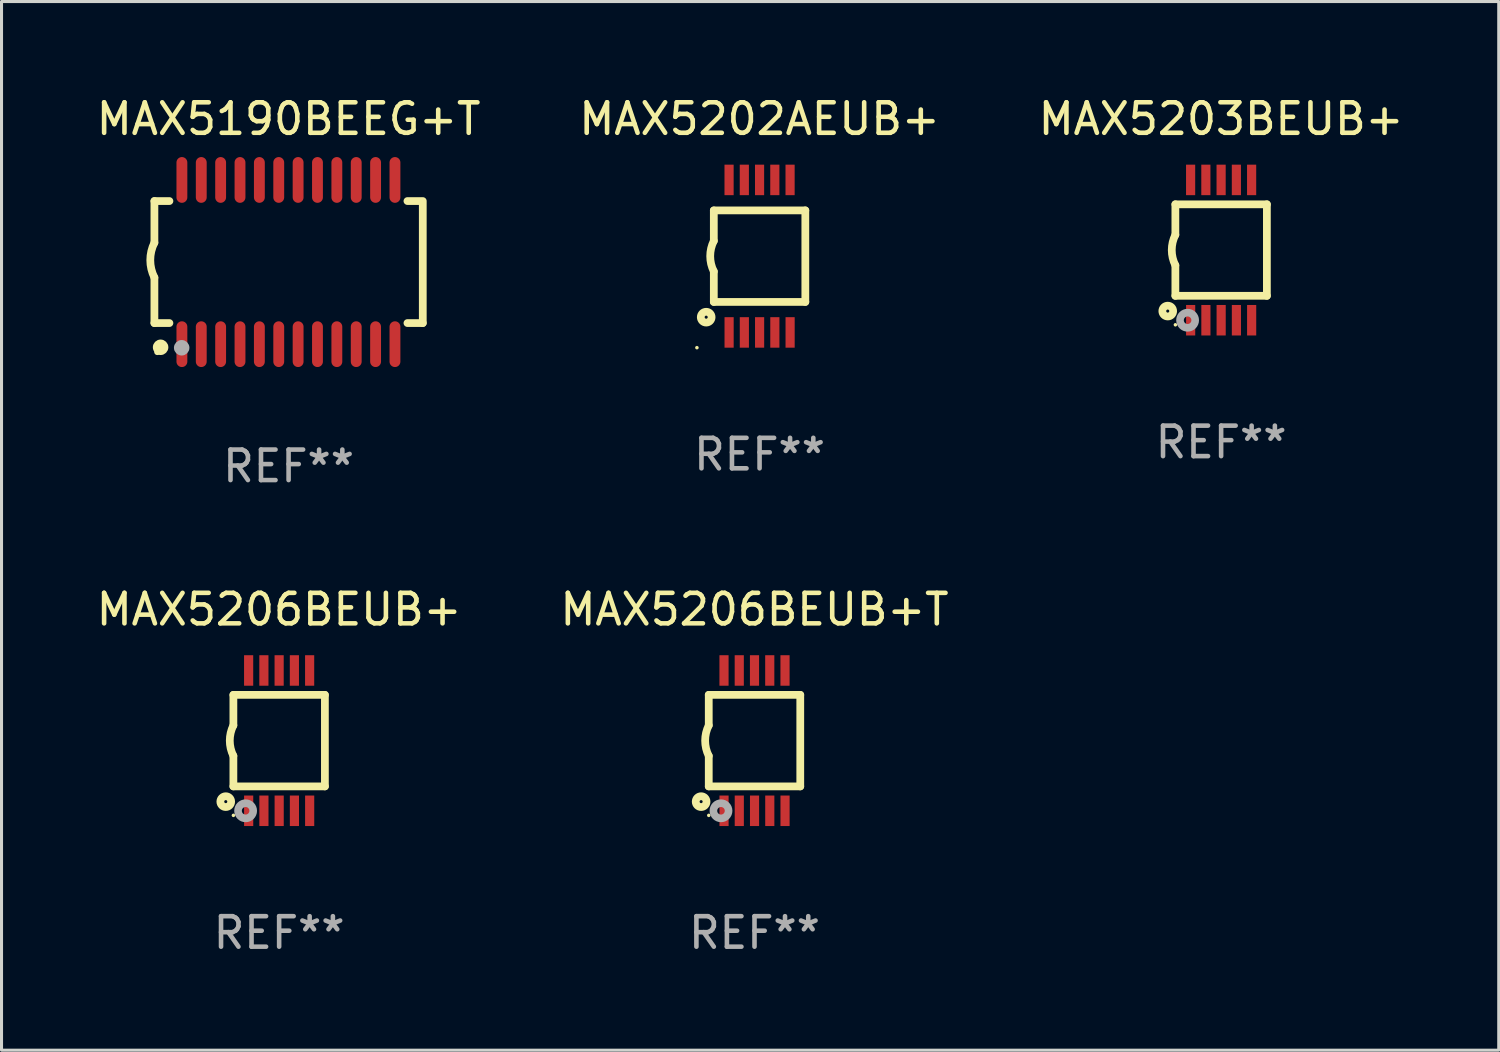
<source format=kicad_pcb>
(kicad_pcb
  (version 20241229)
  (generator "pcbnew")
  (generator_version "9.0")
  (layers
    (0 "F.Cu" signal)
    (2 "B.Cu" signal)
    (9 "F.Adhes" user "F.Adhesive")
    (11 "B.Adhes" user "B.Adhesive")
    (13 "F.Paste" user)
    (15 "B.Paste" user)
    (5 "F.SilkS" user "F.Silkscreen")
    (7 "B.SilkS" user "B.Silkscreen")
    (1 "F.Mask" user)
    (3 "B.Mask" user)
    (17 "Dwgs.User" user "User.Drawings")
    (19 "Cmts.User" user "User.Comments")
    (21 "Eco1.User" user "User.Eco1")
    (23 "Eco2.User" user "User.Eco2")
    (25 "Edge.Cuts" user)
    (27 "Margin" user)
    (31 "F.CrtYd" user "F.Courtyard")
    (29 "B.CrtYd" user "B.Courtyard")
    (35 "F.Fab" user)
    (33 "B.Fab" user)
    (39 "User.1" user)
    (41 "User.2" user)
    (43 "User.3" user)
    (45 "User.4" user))
  (footprint "MAX5206BEUB+T"
    (layer "F.Cu")
    (at 21.685 21.23)
    (property "Reference" "MAX5206BEUB+T" (at 0 -4.3 0) (layer "F.SilkS") (effects (font (size 1 1) (thickness 0.15))))
    (attr through_hole)
    (fp_line (start -1.5 -1.5) (end -1.5 -0.5) (stroke (width 0.254) (type solid)) (layer "F.SilkS"))
    (fp_line (start -1.5 1.5) (end -1.5 0.5) (stroke (width 0.254) (type solid)) (layer "F.SilkS"))
    (fp_line (start -1.5 1.5) (end 1.5 1.5) (stroke (width 0.254) (type solid)) (layer "F.SilkS"))
    (fp_line (start 1.5 1.5) (end 1.5 -1.5) (stroke (width 0.254) (type solid)) (layer "F.SilkS"))
    (fp_line (start 1.5 -1.5) (end -1.5 -1.5) (stroke (width 0.254) (type solid)) (layer "F.SilkS"))
    (fp_arc (start -1.500165 0.5) (mid -1.618199 0) (end -1.500165 -0.5) (stroke (width 0.254001) (type solid)) (layer "F.SilkS"))
    (fp_circle (center -1.75 2) (end -1.573 2) (stroke (width 0.254) (type solid)) (fill no) (layer "F.SilkS"))
    (fp_circle (center -1.499 2.45) (end -1.469 2.45) (stroke (width 0.06) (type solid)) (fill no) (layer "F.SilkS"))
    (fp_circle (center -1.099 2.3) (end -0.975 2.3) (stroke (width 0.25) (type solid)) (fill no) (layer "F.Fab"))
    (fp_text user "REF**" (at 0 6.3 0) (layer "F.Fab") (effects (font (size 1 1) (thickness 0.15))))
    (pad "1" smd rect (at -0.999 2.3 180) (size 0.3 1) (layers "F.Cu" "F.Mask" "F.Paste"))
    (pad "2" smd rect (at -0.499 2.3 180) (size 0.3 1) (layers "F.Cu" "F.Mask" "F.Paste"))
    (pad "3" smd rect (at 0.001 2.3 180) (size 0.3 1) (layers "F.Cu" "F.Mask" "F.Paste"))
    (pad "4" smd rect (at 0.501 2.3 180) (size 0.3 1) (layers "F.Cu" "F.Mask" "F.Paste"))
    (pad "5" smd rect (at 1.001 2.3 180) (size 0.3 1) (layers "F.Cu" "F.Mask" "F.Paste"))
    (pad "6" smd rect (at 1 -2.3 180) (size 0.3 1) (layers "F.Cu" "F.Mask" "F.Paste"))
    (pad "7" smd rect (at 0.5 -2.3 180) (size 0.3 1) (layers "F.Cu" "F.Mask" "F.Paste"))
    (pad "8" smd rect (at -0.000165 -2.3 180) (size 0.3 1) (layers "F.Cu" "F.Mask" "F.Paste"))
    (pad "9" smd rect (at -0.5 -2.3 180) (size 0.3 1) (layers "F.Cu" "F.Mask" "F.Paste"))
    (pad "10" smd rect (at -1 -2.3 180) (size 0.3 1) (layers "F.Cu" "F.Mask" "F.Paste")))
  (footprint "MAX5190BEEG+T"
    (layer "F.Cu")
    (at 6.411 5.541)
    (property "Reference" "MAX5190BEEG+T" (at 0 -4.692 0) (layer "F.SilkS") (effects (font (size 1 1) (thickness 0.15))))
    (attr through_hole)
    (fp_line (start -4.399 -2) (end -4.399 -0.635) (stroke (width 0.254) (type solid)) (layer "F.SilkS"))
    (fp_line (start -4.399 -2) (end -3.907 -2) (stroke (width 0.254) (type solid)) (layer "F.SilkS"))
    (fp_line (start -4.399 2) (end -4.399 0.508) (stroke (width 0.254) (type solid)) (layer "F.SilkS"))
    (fp_line (start -4.399 2) (end -3.907 2) (stroke (width 0.254) (type solid)) (layer "F.SilkS"))
    (fp_line (start 3.896 -2) (end 4.313 -2) (stroke (width 0.254) (type solid)) (layer "F.SilkS"))
    (fp_line (start 3.896 2) (end 4.399 2) (stroke (width 0.254) (type solid)) (layer "F.SilkS"))
    (fp_line (start 4.399 2) (end 4.399 -2) (stroke (width 0.254) (type solid)) (layer "F.SilkS"))
    (fp_arc (start -4.399301 0.508001) (mid -4.534214 -0.0635) (end -4.399301 -0.635001) (stroke (width 0.254001) (type solid)) (layer "F.SilkS"))
    (fp_circle (center -4.305 2.95) (end -4.255 2.95) (stroke (width 0.1) (type solid)) (fill no) (layer "F.SilkS"))
    (fp_circle (center -4.196 2.794) (end -4.069 2.794) (stroke (width 0.254) (type solid)) (fill no) (layer "F.SilkS"))
    (fp_circle (center -3.505 2.81) (end -3.378 2.81) (stroke (width 0.254) (type solid)) (fill no) (layer "F.Fab"))
    (fp_text user "REF**" (at 0 6.692 0) (layer "F.Fab") (effects (font (size 1 1) (thickness 0.15))))
    (pad "1" smd oval (at -3.498 2.692 90) (size 1.5 0.356) (layers "F.Cu" "F.Mask" "F.Paste"))
    (pad "2" smd oval (at -2.863 2.692 90) (size 1.5 0.356) (layers "F.Cu" "F.Mask" "F.Paste"))
    (pad "3" smd oval (at -2.228 2.692 90) (size 1.5 0.356) (layers "F.Cu" "F.Mask" "F.Paste"))
    (pad "4" smd oval (at -1.593 2.692 90) (size 1.5 0.356) (layers "F.Cu" "F.Mask" "F.Paste"))
    (pad "5" smd oval (at -0.958 2.692 90) (size 1.5 0.356) (layers "F.Cu" "F.Mask" "F.Paste"))
    (pad "6" smd oval (at -0.323 2.692 90) (size 1.5 0.356) (layers "F.Cu" "F.Mask" "F.Paste"))
    (pad "7" smd oval (at 0.312 2.692 90) (size 1.5 0.356) (layers "F.Cu" "F.Mask" "F.Paste"))
    (pad "8" smd oval (at 0.947 2.692 90) (size 1.5 0.356) (layers "F.Cu" "F.Mask" "F.Paste"))
    (pad "9" smd oval (at 1.582 2.692 90) (size 1.5 0.356) (layers "F.Cu" "F.Mask" "F.Paste"))
    (pad "10" smd oval (at 2.217 2.692 90) (size 1.5 0.356) (layers "F.Cu" "F.Mask" "F.Paste"))
    (pad "11" smd oval (at 2.852 2.692 90) (size 1.5 0.356) (layers "F.Cu" "F.Mask" "F.Paste"))
    (pad "12" smd oval (at 3.487 2.692 90) (size 1.5 0.356) (layers "F.Cu" "F.Mask" "F.Paste"))
    (pad "13" smd oval (at 3.487 -2.692 90) (size 1.5 0.356) (layers "F.Cu" "F.Mask" "F.Paste"))
    (pad "14" smd oval (at 2.852 -2.692 90) (size 1.5 0.356) (layers "F.Cu" "F.Mask" "F.Paste"))
    (pad "15" smd oval (at 2.217 -2.692 90) (size 1.5 0.356) (layers "F.Cu" "F.Mask" "F.Paste"))
    (pad "16" smd oval (at 1.582 -2.692 90) (size 1.5 0.356) (layers "F.Cu" "F.Mask" "F.Paste"))
    (pad "17" smd oval (at 0.947 -2.692 90) (size 1.5 0.356) (layers "F.Cu" "F.Mask" "F.Paste"))
    (pad "18" smd oval (at 0.312 -2.692 90) (size 1.5 0.356) (layers "F.Cu" "F.Mask" "F.Paste"))
    (pad "19" smd oval (at -0.323 -2.692 90) (size 1.5 0.356) (layers "F.Cu" "F.Mask" "F.Paste"))
    (pad "20" smd oval (at -0.958 -2.692 90) (size 1.5 0.356) (layers "F.Cu" "F.Mask" "F.Paste"))
    (pad "21" smd oval (at -1.593 -2.692 90) (size 1.5 0.356) (layers "F.Cu" "F.Mask" "F.Paste"))
    (pad "22" smd oval (at -2.228 -2.692 90) (size 1.5 0.356) (layers "F.Cu" "F.Mask" "F.Paste"))
    (pad "23" smd oval (at -2.863 -2.692 90) (size 1.5 0.356) (layers "F.Cu" "F.Mask" "F.Paste"))
    (pad "24" smd oval (at -3.498 -2.692 90) (size 1.5 0.356) (layers "F.Cu" "F.Mask" "F.Paste")))
  (footprint "MAX5203BEUB+"
    (layer "F.Cu")
    (at 36.982 5.148)
    (property "Reference" "MAX5203BEUB+" (at 0 -4.3 0) (layer "F.SilkS") (effects (font (size 1 1) (thickness 0.15))))
    (attr through_hole)
    (fp_line (start -1.5 -1.5) (end -1.5 -0.5) (stroke (width 0.254) (type solid)) (layer "F.SilkS"))
    (fp_line (start -1.5 1.5) (end -1.5 0.5) (stroke (width 0.254) (type solid)) (layer "F.SilkS"))
    (fp_line (start -1.5 1.5) (end 1.5 1.5) (stroke (width 0.254) (type solid)) (layer "F.SilkS"))
    (fp_line (start 1.5 1.5) (end 1.5 -1.5) (stroke (width 0.254) (type solid)) (layer "F.SilkS"))
    (fp_line (start 1.5 -1.5) (end -1.5 -1.5) (stroke (width 0.254) (type solid)) (layer "F.SilkS"))
    (fp_arc (start -1.500165 0.5) (mid -1.618199 0) (end -1.500165 -0.5) (stroke (width 0.254001) (type solid)) (layer "F.SilkS"))
    (fp_circle (center -1.75 2) (end -1.573 2) (stroke (width 0.254) (type solid)) (fill no) (layer "F.SilkS"))
    (fp_circle (center -1.499 2.45) (end -1.469 2.45) (stroke (width 0.06) (type solid)) (fill no) (layer "F.SilkS"))
    (fp_circle (center -1.099 2.3) (end -0.975 2.3) (stroke (width 0.25) (type solid)) (fill no) (layer "F.Fab"))
    (fp_text user "REF**" (at 0 6.3 0) (layer "F.Fab") (effects (font (size 1 1) (thickness 0.15))))
    (pad "1" smd rect (at -0.999 2.3 180) (size 0.3 1) (layers "F.Cu" "F.Mask" "F.Paste"))
    (pad "2" smd rect (at -0.499 2.3 180) (size 0.3 1) (layers "F.Cu" "F.Mask" "F.Paste"))
    (pad "3" smd rect (at 0.001 2.3 180) (size 0.3 1) (layers "F.Cu" "F.Mask" "F.Paste"))
    (pad "4" smd rect (at 0.501 2.3 180) (size 0.3 1) (layers "F.Cu" "F.Mask" "F.Paste"))
    (pad "5" smd rect (at 1.001 2.3 180) (size 0.3 1) (layers "F.Cu" "F.Mask" "F.Paste"))
    (pad "6" smd rect (at 1 -2.3 180) (size 0.3 1) (layers "F.Cu" "F.Mask" "F.Paste"))
    (pad "7" smd rect (at 0.5 -2.3 180) (size 0.3 1) (layers "F.Cu" "F.Mask" "F.Paste"))
    (pad "8" smd rect (at -0.000165 -2.3 180) (size 0.3 1) (layers "F.Cu" "F.Mask" "F.Paste"))
    (pad "9" smd rect (at -0.5 -2.3 180) (size 0.3 1) (layers "F.Cu" "F.Mask" "F.Paste"))
    (pad "10" smd rect (at -1 -2.3 180) (size 0.3 1) (layers "F.Cu" "F.Mask" "F.Paste")))
  (footprint "MAX5202AEUB+"
    (layer "F.Cu")
    (at 21.851 5.348)
    (property "Reference" "MAX5202AEUB+" (at 0 -4.5 0) (layer "F.SilkS") (effects (font (size 1 1) (thickness 0.15))))
    (attr through_hole)
    (fp_line (start -1.5 -1.5) (end -1.5 -0.5) (stroke (width 0.254) (type solid)) (layer "F.SilkS"))
    (fp_line (start -1.5 1.5) (end -1.5 0.5) (stroke (width 0.254) (type solid)) (layer "F.SilkS"))
    (fp_line (start -1.5 1.5) (end 1.5 1.5) (stroke (width 0.254) (type solid)) (layer "F.SilkS"))
    (fp_line (start 1.5 1.5) (end 1.5 -1.5) (stroke (width 0.254) (type solid)) (layer "F.SilkS"))
    (fp_line (start 1.5 -1.5) (end -1.5 -1.5) (stroke (width 0.254) (type solid)) (layer "F.SilkS"))
    (fp_arc (start -1.500165 0.499873) (mid -1.618199 -0.000127) (end -1.500165 -0.500127) (stroke (width 0.254001) (type solid)) (layer "F.SilkS"))
    (fp_circle (center -2.054 3) (end -2.024 3) (stroke (width 0.06) (type solid)) (fill no) (layer "F.SilkS"))
    (fp_circle (center -1.75 2) (end -1.573 2) (stroke (width 0.254) (type solid)) (fill no) (layer "F.SilkS"))
    (fp_text user "REF**" (at 0 6.5 0) (layer "F.Fab") (effects (font (size 1 1) (thickness 0.15))))
    (pad "1" smd rect (at -0.999 2.5 180) (size 0.3 1) (layers "F.Cu" "F.Mask" "F.Paste"))
    (pad "2" smd rect (at -0.499 2.5 180) (size 0.3 1) (layers "F.Cu" "F.Mask" "F.Paste"))
    (pad "3" smd rect (at 0.001 2.5 180) (size 0.3 1) (layers "F.Cu" "F.Mask" "F.Paste"))
    (pad "4" smd rect (at 0.501 2.5 180) (size 0.3 1) (layers "F.Cu" "F.Mask" "F.Paste"))
    (pad "5" smd rect (at 1.001 2.5 180) (size 0.3 1) (layers "F.Cu" "F.Mask" "F.Paste"))
    (pad "6" smd rect (at 1 -2.5 180) (size 0.3 1) (layers "F.Cu" "F.Mask" "F.Paste"))
    (pad "7" smd rect (at 0.5 -2.5 180) (size 0.3 1) (layers "F.Cu" "F.Mask" "F.Paste"))
    (pad "8" smd rect (at -0.000165 -2.5 180) (size 0.3 1) (layers "F.Cu" "F.Mask" "F.Paste"))
    (pad "9" smd rect (at -0.5 -2.5 180) (size 0.3 1) (layers "F.Cu" "F.Mask" "F.Paste"))
    (pad "10" smd rect (at -1 -2.5 180) (size 0.3 1) (layers "F.Cu" "F.Mask" "F.Paste")))
  (footprint "MAX5206BEUB+"
    (layer "F.Cu")
    (at 6.101 21.23)
    (property "Reference" "MAX5206BEUB+" (at 0 -4.3 0) (layer "F.SilkS") (effects (font (size 1 1) (thickness 0.15))))
    (attr through_hole)
    (fp_line (start -1.5 -1.5) (end -1.5 -0.5) (stroke (width 0.254) (type solid)) (layer "F.SilkS"))
    (fp_line (start -1.5 1.5) (end -1.5 0.5) (stroke (width 0.254) (type solid)) (layer "F.SilkS"))
    (fp_line (start -1.5 1.5) (end 1.5 1.5) (stroke (width 0.254) (type solid)) (layer "F.SilkS"))
    (fp_line (start 1.5 1.5) (end 1.5 -1.5) (stroke (width 0.254) (type solid)) (layer "F.SilkS"))
    (fp_line (start 1.5 -1.5) (end -1.5 -1.5) (stroke (width 0.254) (type solid)) (layer "F.SilkS"))
    (fp_arc (start -1.500165 0.5) (mid -1.618199 0) (end -1.500165 -0.5) (stroke (width 0.254001) (type solid)) (layer "F.SilkS"))
    (fp_circle (center -1.75 2) (end -1.573 2) (stroke (width 0.254) (type solid)) (fill no) (layer "F.SilkS"))
    (fp_circle (center -1.499 2.45) (end -1.469 2.45) (stroke (width 0.06) (type solid)) (fill no) (layer "F.SilkS"))
    (fp_circle (center -1.099 2.3) (end -0.975 2.3) (stroke (width 0.25) (type solid)) (fill no) (layer "F.Fab"))
    (fp_text user "REF**" (at 0 6.3 0) (layer "F.Fab") (effects (font (size 1 1) (thickness 0.15))))
    (pad "1" smd rect (at -0.999 2.3 180) (size 0.3 1) (layers "F.Cu" "F.Mask" "F.Paste"))
    (pad "2" smd rect (at -0.499 2.3 180) (size 0.3 1) (layers "F.Cu" "F.Mask" "F.Paste"))
    (pad "3" smd rect (at 0.001 2.3 180) (size 0.3 1) (layers "F.Cu" "F.Mask" "F.Paste"))
    (pad "4" smd rect (at 0.501 2.3 180) (size 0.3 1) (layers "F.Cu" "F.Mask" "F.Paste"))
    (pad "5" smd rect (at 1.001 2.3 180) (size 0.3 1) (layers "F.Cu" "F.Mask" "F.Paste"))
    (pad "6" smd rect (at 1 -2.3 180) (size 0.3 1) (layers "F.Cu" "F.Mask" "F.Paste"))
    (pad "7" smd rect (at 0.5 -2.3 180) (size 0.3 1) (layers "F.Cu" "F.Mask" "F.Paste"))
    (pad "8" smd rect (at -0.000165 -2.3 180) (size 0.3 1) (layers "F.Cu" "F.Mask" "F.Paste"))
    (pad "9" smd rect (at -0.5 -2.3 180) (size 0.3 1) (layers "F.Cu" "F.Mask" "F.Paste"))
    (pad "10" smd rect (at -1 -2.3 180) (size 0.3 1) (layers "F.Cu" "F.Mask" "F.Paste")))
  (gr_rect
    (start -3 -3)
    (end 46.083 31.378)
    (stroke (width 0.1) (type default))
    (fill no)
    (layer "Edge.Cuts")))
</source>
